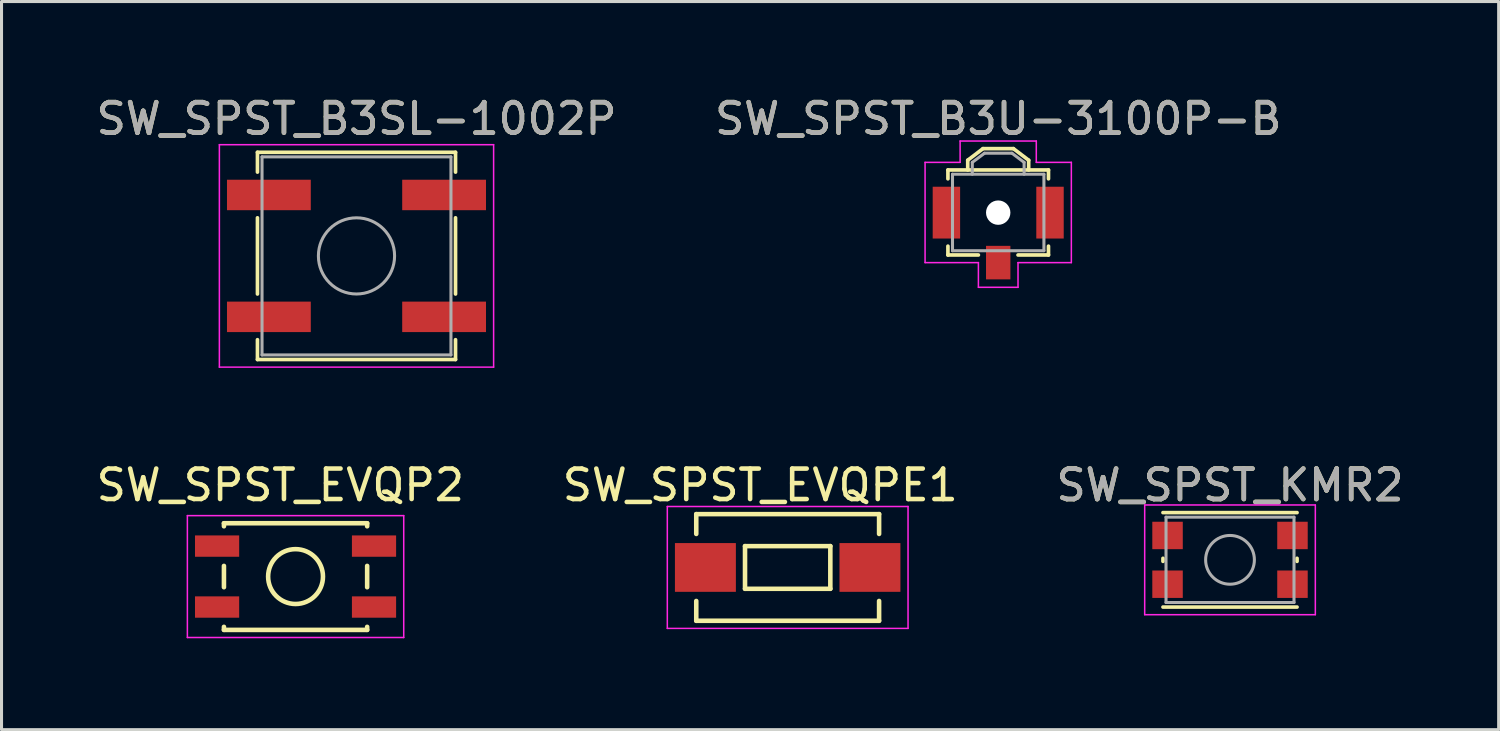
<source format=kicad_pcb>
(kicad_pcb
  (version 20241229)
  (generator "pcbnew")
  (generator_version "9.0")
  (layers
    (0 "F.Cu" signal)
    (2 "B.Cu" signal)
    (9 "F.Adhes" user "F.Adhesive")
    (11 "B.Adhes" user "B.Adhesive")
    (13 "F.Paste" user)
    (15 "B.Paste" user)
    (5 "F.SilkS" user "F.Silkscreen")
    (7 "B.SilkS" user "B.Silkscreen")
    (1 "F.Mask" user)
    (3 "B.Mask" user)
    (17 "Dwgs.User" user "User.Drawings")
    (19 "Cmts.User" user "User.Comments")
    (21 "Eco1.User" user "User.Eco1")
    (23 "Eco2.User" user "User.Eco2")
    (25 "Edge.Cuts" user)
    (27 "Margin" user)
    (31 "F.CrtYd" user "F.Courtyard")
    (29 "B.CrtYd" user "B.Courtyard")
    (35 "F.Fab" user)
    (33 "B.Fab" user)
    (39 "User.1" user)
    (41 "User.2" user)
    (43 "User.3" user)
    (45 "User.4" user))
  (footprint "SW_SPST_EVQPE1"
    (layer "F.Cu")
    (at 22.799 15.572)
    (property "Reference" "SW_SPST_EVQPE1" (at -0.9 -2.7 0) (layer "F.SilkS") (effects (font (size 1 1) (thickness 0.15))))
    (attr through_hole)
    (fp_line (start -3 -1.75) (end -3 -1.1) (stroke (width 0.15) (type solid)) (layer "F.SilkS"))
    (fp_line (start -3 1.1) (end -3 1.75) (stroke (width 0.15) (type solid)) (layer "F.SilkS"))
    (fp_line (start -3 1.75) (end 3 1.75) (stroke (width 0.15) (type solid)) (layer "F.SilkS"))
    (fp_line (start -1.4 -0.7) (end 1.4 -0.7) (stroke (width 0.15) (type solid)) (layer "F.SilkS"))
    (fp_line (start -1.4 0.7) (end -1.4 -0.7) (stroke (width 0.15) (type solid)) (layer "F.SilkS"))
    (fp_line (start 1.4 -0.7) (end 1.4 0.7) (stroke (width 0.15) (type solid)) (layer "F.SilkS"))
    (fp_line (start 1.4 0.7) (end -1.4 0.7) (stroke (width 0.15) (type solid)) (layer "F.SilkS"))
    (fp_line (start 3 -1.75) (end -3 -1.75) (stroke (width 0.15) (type solid)) (layer "F.SilkS"))
    (fp_line (start 3 -1.75) (end 3 -1.1) (stroke (width 0.15) (type solid)) (layer "F.SilkS"))
    (fp_line (start 3 1.75) (end 3 1.1) (stroke (width 0.15) (type solid)) (layer "F.SilkS"))
    (fp_line (start -3.95 -2) (end 3.95 -2) (stroke (width 0.05) (type solid)) (layer "F.CrtYd"))
    (fp_line (start -3.95 2) (end -3.95 -2) (stroke (width 0.05) (type solid)) (layer "F.CrtYd"))
    (fp_line (start 3.95 -2) (end 3.95 2) (stroke (width 0.05) (type solid)) (layer "F.CrtYd"))
    (fp_line (start 3.95 2) (end -3.95 2) (stroke (width 0.05) (type solid)) (layer "F.CrtYd"))
    (pad "1" smd rect (at -2.7 0) (size 2 1.6) (layers "F.Cu" "F.Mask" "F.Paste"))
    (pad "2" smd rect (at 2.7 0) (size 2 1.6) (layers "F.Cu" "F.Mask" "F.Paste")))
  (footprint "SW_SPST_B3SL-1002P"
    (layer "F.Cu")
    (at 8.649 5.348)
    (property "Reference" "SW_SPST_B3SL-1002P" (at 0 -4.5 0) (layer "F.SilkS") (effects (font (size 1 1) (thickness 0.15))))
    (attr smd)
    (fp_line (start -3.25 -3.4) (end -3.25 -2.75) (stroke (width 0.12) (type solid)) (layer "F.SilkS"))
    (fp_line (start -3.25 -1.25) (end -3.25 1.25) (stroke (width 0.12) (type solid)) (layer "F.SilkS"))
    (fp_line (start -3.25 3.4) (end -3.25 2.75) (stroke (width 0.12) (type solid)) (layer "F.SilkS"))
    (fp_line (start 3.25 -3.4) (end -3.25 -3.4) (stroke (width 0.12) (type solid)) (layer "F.SilkS"))
    (fp_line (start 3.25 -2.75) (end 3.25 -3.4) (stroke (width 0.12) (type solid)) (layer "F.SilkS"))
    (fp_line (start 3.25 -1.25) (end 3.25 1.25) (stroke (width 0.12) (type solid)) (layer "F.SilkS"))
    (fp_line (start 3.25 2.75) (end 3.25 3.4) (stroke (width 0.12) (type solid)) (layer "F.SilkS"))
    (fp_line (start 3.25 3.4) (end -3.25 3.4) (stroke (width 0.12) (type solid)) (layer "F.SilkS"))
    (fp_line (start -4.5 -3.65) (end -4.5 3.65) (stroke (width 0.05) (type solid)) (layer "F.CrtYd"))
    (fp_line (start -4.5 3.65) (end 4.5 3.65) (stroke (width 0.05) (type solid)) (layer "F.CrtYd"))
    (fp_line (start 4.5 -3.65) (end -4.5 -3.65) (stroke (width 0.05) (type solid)) (layer "F.CrtYd"))
    (fp_line (start 4.5 3.65) (end 4.5 -3.65) (stroke (width 0.05) (type solid)) (layer "F.CrtYd"))
    (fp_line (start -3.1 -3.25) (end 3.1 -3.25) (stroke (width 0.1) (type solid)) (layer "F.Fab"))
    (fp_line (start -3.1 3.25) (end -3.1 -3.25) (stroke (width 0.1) (type solid)) (layer "F.Fab"))
    (fp_line (start 3.1 -3.25) (end 3.1 3.25) (stroke (width 0.1) (type solid)) (layer "F.Fab"))
    (fp_line (start 3.1 3.25) (end -3.1 3.25) (stroke (width 0.1) (type solid)) (layer "F.Fab"))
    (fp_circle (center 0 0) (end 1.25 0) (stroke (width 0.1) (type solid)) (fill no) (layer "F.Fab"))
    (fp_text user "${REFERENCE}" (at 0 -4.5 0) (layer "F.Fab") (effects (font (size 1 1) (thickness 0.15))))
    (pad "1" smd rect (at -2.875 -2) (size 2.75 1) (layers "F.Cu" "F.Mask" "F.Paste"))
    (pad "1" smd rect (at 2.875 -2) (size 2.75 1) (layers "F.Cu" "F.Mask" "F.Paste"))
    (pad "2" smd rect (at -2.875 2) (size 2.75 1) (layers "F.Cu" "F.Mask" "F.Paste"))
    (pad "2" smd rect (at 2.875 2) (size 2.75 1) (layers "F.Cu" "F.Mask" "F.Paste")))
  (footprint "SW_SPST_EVQP2"
    (layer "F.Cu")
    (at 6.649 15.871)
    (property "Reference" "SW_SPST_EVQP2" (at -0.5 -3 0) (layer "F.SilkS") (effects (font (size 1 1) (thickness 0.15))))
    (attr through_hole)
    (fp_line (start -2.35 -1.75) (end -2.35 -1.65) (stroke (width 0.15) (type solid)) (layer "F.SilkS"))
    (fp_line (start -2.35 -0.35) (end -2.35 0.35) (stroke (width 0.15) (type solid)) (layer "F.SilkS"))
    (fp_line (start -2.35 1.65) (end -2.35 1.75) (stroke (width 0.15) (type solid)) (layer "F.SilkS"))
    (fp_line (start -2.35 1.75) (end 2.35 1.75) (stroke (width 0.15) (type solid)) (layer "F.SilkS"))
    (fp_line (start 2.35 -1.75) (end -2.35 -1.75) (stroke (width 0.15) (type solid)) (layer "F.SilkS"))
    (fp_line (start 2.35 -1.75) (end 2.35 -1.65) (stroke (width 0.15) (type solid)) (layer "F.SilkS"))
    (fp_line (start 2.35 -0.35) (end 2.35 0.35) (stroke (width 0.15) (type solid)) (layer "F.SilkS"))
    (fp_line (start 2.35 1.75) (end 2.35 1.65) (stroke (width 0.15) (type solid)) (layer "F.SilkS"))
    (fp_circle (center 0 0) (end 0.9 0) (stroke (width 0.15) (type solid)) (fill no) (layer "F.SilkS"))
    (fp_line (start -3.55 -2) (end 3.55 -2) (stroke (width 0.05) (type solid)) (layer "F.CrtYd"))
    (fp_line (start -3.55 2) (end -3.55 -2) (stroke (width 0.05) (type solid)) (layer "F.CrtYd"))
    (fp_line (start 3.55 -2) (end 3.55 2) (stroke (width 0.05) (type solid)) (layer "F.CrtYd"))
    (fp_line (start 3.55 2) (end -3.55 2) (stroke (width 0.05) (type solid)) (layer "F.CrtYd"))
    (pad "1" smd rect (at -2.575 -1) (size 1.45 0.7) (layers "F.Cu" "F.Mask" "F.Paste"))
    (pad "1" smd rect (at 2.575 -1) (size 1.45 0.7) (layers "F.Cu" "F.Mask" "F.Paste"))
    (pad "2" smd rect (at -2.575 1) (size 1.45 0.7) (layers "F.Cu" "F.Mask" "F.Paste"))
    (pad "2" smd rect (at 2.575 1) (size 1.45 0.7) (layers "F.Cu" "F.Mask" "F.Paste")))
  (footprint "SW_SPST_B3U-3100P-B"
    (layer "F.Cu")
    (at 29.708 4.598)
    (property "Reference" "SW_SPST_B3U-3100P-B" (at 0 -3.75 0) (layer "F.SilkS") (effects (font (size 1 1) (thickness 0.15))))
    (attr smd)
    (fp_line (start -1.65 -2.07) (end 1.65 -2.07) (stroke (width 0.12) (type solid)) (layer "F.SilkS"))
    (fp_line (start -1.65 -1.78) (end -1.65 -2.07) (stroke (width 0.12) (type solid)) (layer "F.SilkS"))
    (fp_line (start -1.65 0.43) (end -1.65 0.72) (stroke (width 0.12) (type solid)) (layer "F.SilkS"))
    (fp_line (start -1.65 0.72) (end -0.65 0.72) (stroke (width 0.12) (type solid)) (layer "F.SilkS"))
    (fp_line (start -1 -2.39) (end -1 -2.07) (stroke (width 0.12) (type solid)) (layer "F.SilkS"))
    (fp_line (start -0.5 -2.77) (end -1 -2.39) (stroke (width 0.12) (type solid)) (layer "F.SilkS"))
    (fp_line (start -0.5 -2.77) (end 0.5 -2.77) (stroke (width 0.12) (type solid)) (layer "F.SilkS"))
    (fp_line (start 0.5 -2.77) (end 1 -2.39) (stroke (width 0.12) (type solid)) (layer "F.SilkS"))
    (fp_line (start 1 -2.39) (end 1 -2.07) (stroke (width 0.12) (type solid)) (layer "F.SilkS"))
    (fp_line (start 1.65 -2.07) (end 1.65 -1.78) (stroke (width 0.12) (type solid)) (layer "F.SilkS"))
    (fp_line (start 1.65 0.72) (end 0.65 0.72) (stroke (width 0.12) (type solid)) (layer "F.SilkS"))
    (fp_line (start 1.65 0.72) (end 1.65 0.43) (stroke (width 0.12) (type solid)) (layer "F.SilkS"))
    (fp_line (start -2.4 -2.32) (end -2.4 0.97) (stroke (width 0.05) (type solid)) (layer "F.CrtYd"))
    (fp_line (start -2.4 0.97) (end -0.65 0.97) (stroke (width 0.05) (type solid)) (layer "F.CrtYd"))
    (fp_line (start -1.25 -3.02) (end 1.25 -3.02) (stroke (width 0.05) (type solid)) (layer "F.CrtYd"))
    (fp_line (start -1.25 -2.32) (end -2.4 -2.32) (stroke (width 0.05) (type solid)) (layer "F.CrtYd"))
    (fp_line (start -1.25 -2.32) (end -1.25 -3.02) (stroke (width 0.05) (type solid)) (layer "F.CrtYd"))
    (fp_line (start -0.65 0.97) (end -0.65 1.78) (stroke (width 0.05) (type solid)) (layer "F.CrtYd"))
    (fp_line (start -0.65 1.78) (end 0.65 1.78) (stroke (width 0.05) (type solid)) (layer "F.CrtYd"))
    (fp_line (start 0.65 0.97) (end 2.4 0.97) (stroke (width 0.05) (type solid)) (layer "F.CrtYd"))
    (fp_line (start 0.65 1.78) (end 0.65 0.97) (stroke (width 0.05) (type solid)) (layer "F.CrtYd"))
    (fp_line (start 1.25 -3.02) (end 1.25 -2.32) (stroke (width 0.05) (type solid)) (layer "F.CrtYd"))
    (fp_line (start 1.25 -2.32) (end 2.4 -2.32) (stroke (width 0.05) (type solid)) (layer "F.CrtYd"))
    (fp_line (start 2.4 0.97) (end 2.4 -2.32) (stroke (width 0.05) (type solid)) (layer "F.CrtYd"))
    (fp_line (start -1.5 -1.93) (end 1.5 -1.93) (stroke (width 0.1) (type solid)) (layer "F.Fab"))
    (fp_line (start -1.5 0.58) (end -1.5 -1.93) (stroke (width 0.1) (type solid)) (layer "F.Fab"))
    (fp_line (start -0.85 -2.32) (end -0.45 -2.62) (stroke (width 0.1) (type solid)) (layer "F.Fab"))
    (fp_line (start -0.85 -1.93) (end -0.85 -2.32) (stroke (width 0.1) (type solid)) (layer "F.Fab"))
    (fp_line (start -0.45 -2.62) (end 0.45 -2.62) (stroke (width 0.1) (type solid)) (layer "F.Fab"))
    (fp_line (start 0.45 -2.62) (end 0.85 -2.32) (stroke (width 0.1) (type solid)) (layer "F.Fab"))
    (fp_line (start 0.85 -2.32) (end 0.85 -1.93) (stroke (width 0.1) (type solid)) (layer "F.Fab"))
    (fp_line (start 1.5 -1.93) (end 1.5 0.58) (stroke (width 0.1) (type solid)) (layer "F.Fab"))
    (fp_line (start 1.5 0.58) (end -1.5 0.58) (stroke (width 0.1) (type solid)) (layer "F.Fab"))
    (fp_text user "${REFERENCE}" (at 0 -3.75 0) (layer "F.Fab") (effects (font (size 1 1) (thickness 0.15))))
    (pad "" np_thru_hole circle (at 0 -0.67) (size 0.8 0.8) (drill 0.8) (layers "*.Cu" "*.Mask"))
    (pad "1" smd rect (at -1.7 -0.67) (size 0.9 1.7) (layers "F.Cu" "F.Mask" "F.Paste"))
    (pad "2" smd rect (at 1.7 -0.67) (size 0.9 1.7) (layers "F.Cu" "F.Mask" "F.Paste"))
    (pad "3" smd rect (at 0 0.97) (size 0.8 1.1) (layers "F.Cu" "F.Mask" "F.Paste")))
  (footprint "SW_SPST_KMR2"
    (layer "F.Cu")
    (at 37.315 15.322)
    (property "Reference" "SW_SPST_KMR2" (at 0 -2.45 0) (layer "F.SilkS") (effects (font (size 1 1) (thickness 0.15))))
    (attr smd)
    (fp_line (start -2.2 0.05) (end -2.2 -0.05) (stroke (width 0.12) (type solid)) (layer "F.SilkS"))
    (fp_line (start -2.2 1.55) (end 2.2 1.55) (stroke (width 0.12) (type solid)) (layer "F.SilkS"))
    (fp_line (start 2.2 -1.55) (end -2.2 -1.55) (stroke (width 0.12) (type solid)) (layer "F.SilkS"))
    (fp_line (start 2.2 0.05) (end 2.2 -0.05) (stroke (width 0.12) (type solid)) (layer "F.SilkS"))
    (fp_line (start -2.8 -1.8) (end 2.8 -1.8) (stroke (width 0.05) (type solid)) (layer "F.CrtYd"))
    (fp_line (start -2.8 1.8) (end -2.8 -1.8) (stroke (width 0.05) (type solid)) (layer "F.CrtYd"))
    (fp_line (start 2.8 -1.8) (end 2.8 1.8) (stroke (width 0.05) (type solid)) (layer "F.CrtYd"))
    (fp_line (start 2.8 1.8) (end -2.8 1.8) (stroke (width 0.05) (type solid)) (layer "F.CrtYd"))
    (fp_line (start -2.1 -1.4) (end 2.1 -1.4) (stroke (width 0.1) (type solid)) (layer "F.Fab"))
    (fp_line (start -2.1 1.4) (end -2.1 -1.4) (stroke (width 0.1) (type solid)) (layer "F.Fab"))
    (fp_line (start 2.1 -1.4) (end 2.1 1.4) (stroke (width 0.1) (type solid)) (layer "F.Fab"))
    (fp_line (start 2.1 1.4) (end -2.1 1.4) (stroke (width 0.1) (type solid)) (layer "F.Fab"))
    (fp_circle (center 0 0) (end 0 0.8) (stroke (width 0.1) (type solid)) (fill no) (layer "F.Fab"))
    (fp_text user "${REFERENCE}" (at 0 -2.45 0) (layer "F.Fab") (effects (font (size 1 1) (thickness 0.15))))
    (pad "1" smd rect (at -2.05 -0.8 90) (size 0.9 1) (layers "F.Cu" "F.Mask" "F.Paste"))
    (pad "1" smd rect (at 2.05 -0.8 90) (size 0.9 1) (layers "F.Cu" "F.Mask" "F.Paste"))
    (pad "2" smd rect (at -2.05 0.8 90) (size 0.9 1) (layers "F.Cu" "F.Mask" "F.Paste"))
    (pad "2" smd rect (at 2.05 0.8 90) (size 0.9 1) (layers "F.Cu" "F.Mask" "F.Paste")))
  (gr_rect
    (start -3 -3)
    (end 46.131 20.896)
    (stroke (width 0.1) (type default))
    (fill no)
    (layer "Edge.Cuts")))
</source>
